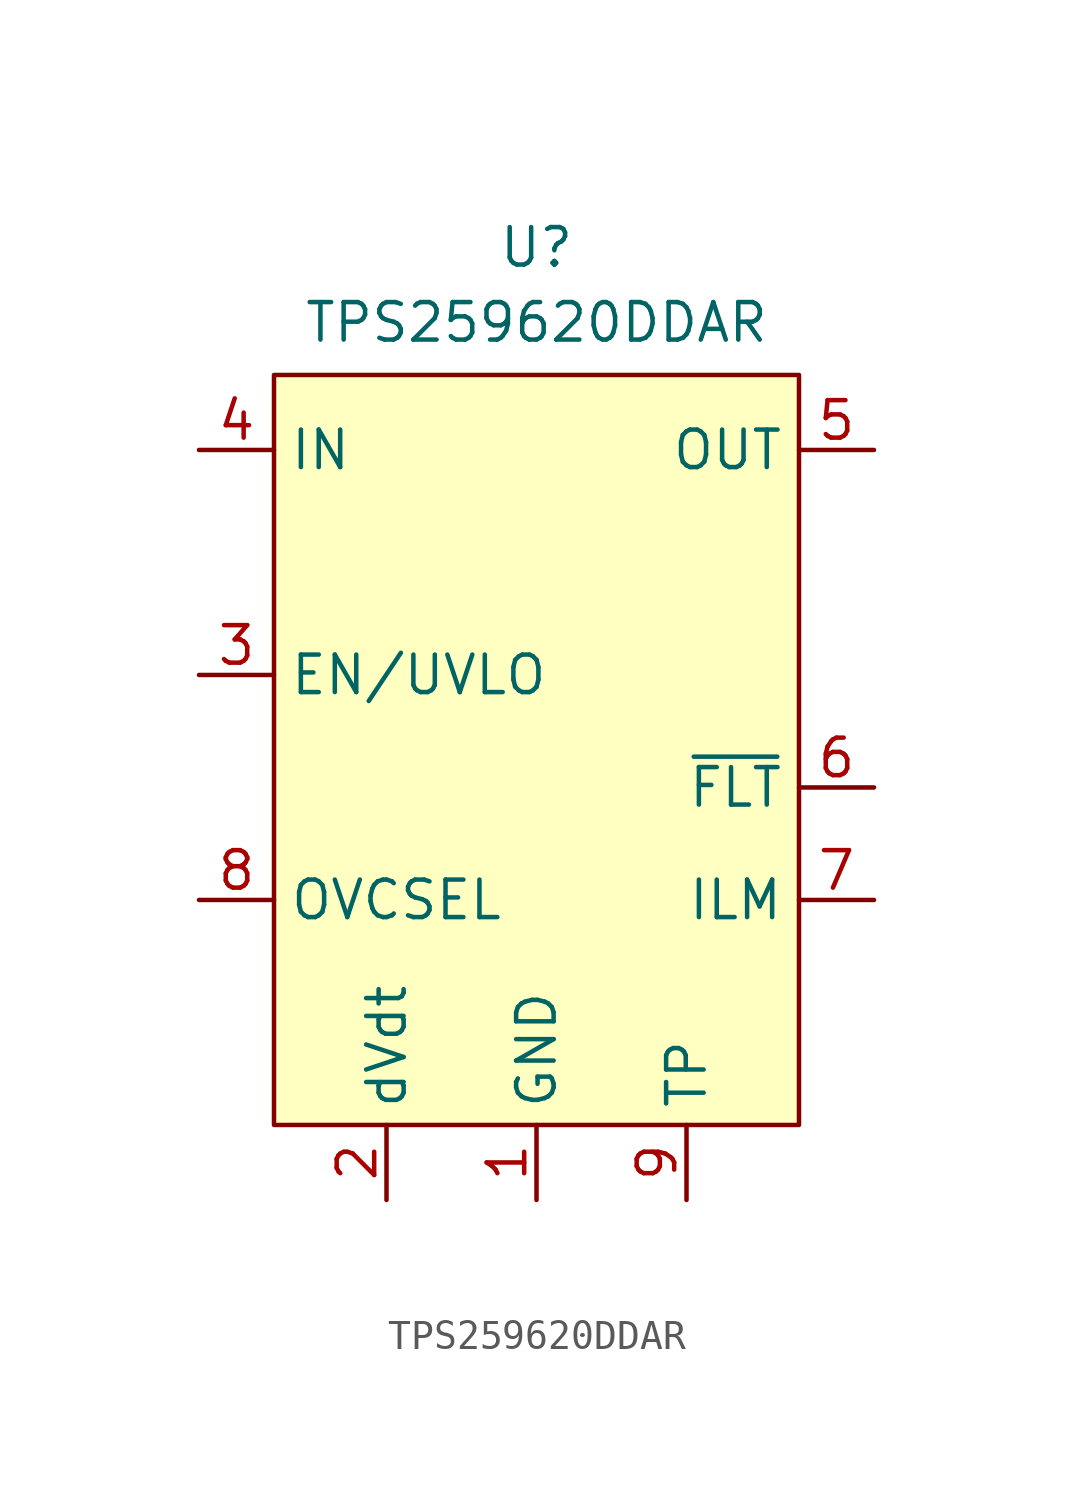
<source format=kicad_sym>
(kicad_symbol_lib
  (version 20241209)
  (generator "kicad_symbol_editor")
  (generator_version "9.0")
  (symbol "TPS259620DDAR"
    (property "Reference" "U"
      (at 0 15.748 0)
      (effects (font (size 1.27 1.27))))
    (property "Value" "TPS259620DDAR"
      (at 0 13.208 0)
      (effects (font (size 1.27 1.27))))
    (symbol "TPS259620DDAR_1_1"
      (rectangle (start -8.89 11.43) (end 8.89 -13.97) (stroke (width 0) (type solid)) (fill (type background)))
      (pin power_in line (at -11.43 8.89 0) (length 2.54) (name "IN" (effects (font (size 1.27 1.27)))) (number "4" (effects (font (size 1.27 1.27)))))
      (pin input line (at -11.43 1.27 0) (length 2.54) (name "EN/UVLO" (effects (font (size 1.27 1.27)))) (number "3" (effects (font (size 1.27 1.27)))))
      (pin input line (at -11.43 -6.35 0) (length 2.54) (name "OVCSEL" (effects (font (size 1.27 1.27)))) (number "8" (effects (font (size 1.27 1.27)))))
      (pin output line (at -5.08 -16.51 90) (length 2.54) (name "dVdt" (effects (font (size 1.27 1.27)))) (number "2" (effects (font (size 1.27 1.27)))))
      (pin power_out line (at 0 -16.51 90) (length 2.54) (name "GND" (effects (font (size 1.27 1.27)))) (number "1" (effects (font (size 1.27 1.27)))))
      (pin power_out line (at 5.08 -16.51 90) (length 2.54) (name "TP" (effects (font (size 1.27 1.27)))) (number "9" (effects (font (size 1.27 1.27)))))
      (pin power_out line (at 11.43 8.89 180) (length 2.54) (name "OUT" (effects (font (size 1.27 1.27)))) (number "5" (effects (font (size 1.27 1.27)))))
      (pin output line (at 11.43 -2.54 180) (length 2.54) (name "~{FLT}" (effects (font (size 1.27 1.27)))) (number "6" (effects (font (size 1.27 1.27)))))
      (pin output line (at 11.43 -6.35 180) (length 2.54) (name "ILM" (effects (font (size 1.27 1.27)))) (number "7" (effects (font (size 1.27 1.27))))))))
</source>
